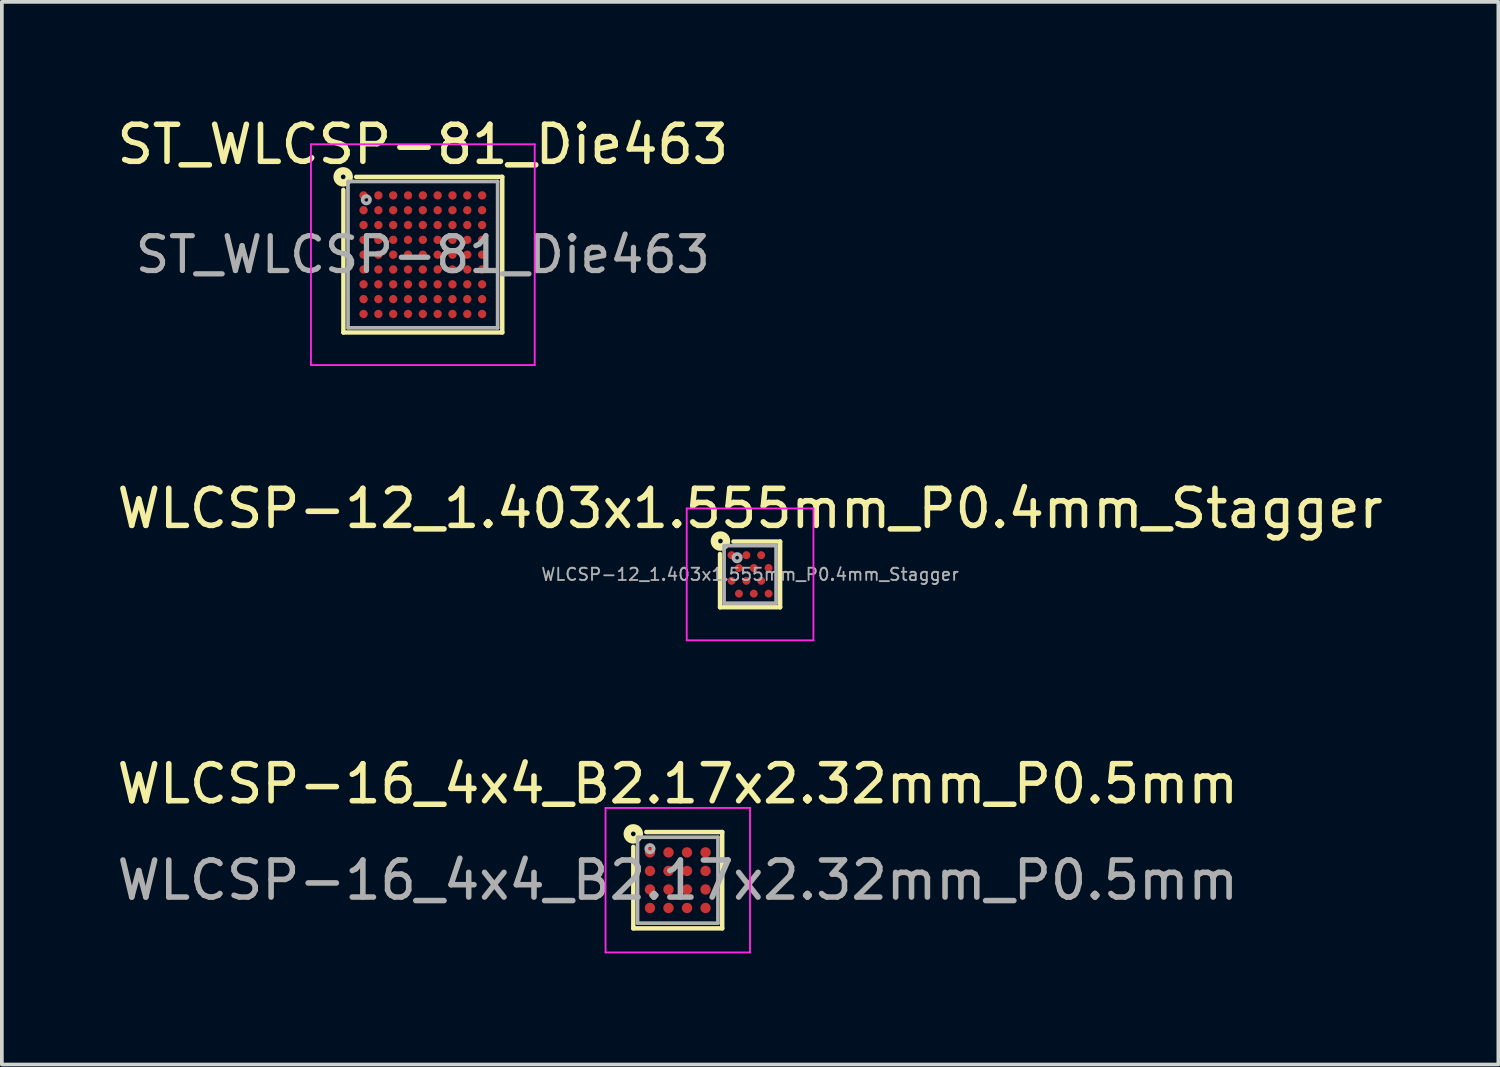
<source format=kicad_pcb>
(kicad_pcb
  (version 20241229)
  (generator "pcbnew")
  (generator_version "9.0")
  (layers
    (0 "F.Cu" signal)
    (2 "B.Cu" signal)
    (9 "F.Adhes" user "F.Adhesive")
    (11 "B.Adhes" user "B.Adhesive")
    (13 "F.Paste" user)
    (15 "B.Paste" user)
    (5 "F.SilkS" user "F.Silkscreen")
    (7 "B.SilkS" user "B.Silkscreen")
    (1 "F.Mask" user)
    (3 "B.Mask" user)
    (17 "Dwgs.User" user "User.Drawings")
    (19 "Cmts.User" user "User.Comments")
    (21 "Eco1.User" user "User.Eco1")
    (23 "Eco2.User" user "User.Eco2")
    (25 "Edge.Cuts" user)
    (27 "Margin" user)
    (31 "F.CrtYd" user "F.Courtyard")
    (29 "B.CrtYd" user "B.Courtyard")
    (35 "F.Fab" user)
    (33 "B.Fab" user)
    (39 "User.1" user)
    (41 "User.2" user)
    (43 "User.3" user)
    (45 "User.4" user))
  (footprint "WLCSP-16_4x4_B2.17x2.32mm_P0.5mm"
    (layer "F.Cu")
    (at 15.244 20.708)
    (property "Reference" "WLCSP-16_4x4_B2.17x2.32mm_P0.5mm" (at 0 -2.6 0) (layer "F.SilkS") (effects (font (size 1 1) (thickness 0.15))))
    (attr smd)
    (fp_line (start -1.2 1.3) (end -1.2 -0.9) (stroke (width 0.12) (type solid)) (layer "F.SilkS"))
    (fp_line (start -0.85 -1.3) (end 1.2 -1.3) (stroke (width 0.12) (type solid)) (layer "F.SilkS"))
    (fp_line (start 1.2 -1.3) (end 1.2 1.3) (stroke (width 0.12) (type solid)) (layer "F.SilkS"))
    (fp_line (start 1.2 1.3) (end -1.2 1.3) (stroke (width 0.12) (type solid)) (layer "F.SilkS"))
    (fp_circle (center -1.2 -1.25) (end -1.137 -1.25) (stroke (width 0.2) (type solid)) (fill no) (layer "F.SilkS"))
    (fp_line (start -1.95 -1.95) (end -1.95 1.95) (stroke (width 0.05) (type solid)) (layer "F.CrtYd"))
    (fp_line (start -1.95 -1.95) (end 1.95 -1.95) (stroke (width 0.05) (type solid)) (layer "F.CrtYd"))
    (fp_line (start 1.95 1.95) (end -1.95 1.95) (stroke (width 0.05) (type solid)) (layer "F.CrtYd"))
    (fp_line (start 1.95 1.95) (end 1.95 -1.95) (stroke (width 0.05) (type solid)) (layer "F.CrtYd"))
    (fp_line (start -1.085 1.16) (end -1.085 -1.15) (stroke (width 0.1) (type solid)) (layer "F.Fab"))
    (fp_line (start -1.08 -1.16) (end 1.085 -1.16) (stroke (width 0.1) (type solid)) (layer "F.Fab"))
    (fp_line (start 1.085 -1.16) (end 1.085 1.16) (stroke (width 0.1) (type solid)) (layer "F.Fab"))
    (fp_line (start 1.085 1.16) (end -1.085 1.16) (stroke (width 0.1) (type solid)) (layer "F.Fab"))
    (fp_circle (center -0.75 -0.85) (end -0.65 -0.85) (stroke (width 0.1) (type solid)) (fill no) (layer "F.Fab"))
    (fp_text user "${REFERENCE}" (at 0 0 0) (layer "F.Fab") (effects (font (size 1 1) (thickness 0.15))))
    (pad "A1" smd circle (at -0.75 -0.75) (size 0.28 0.28) (layers "F.Cu" "F.Mask" "F.Paste"))
    (pad "A2" smd circle (at -0.25 -0.75) (size 0.28 0.28) (layers "F.Cu" "F.Mask" "F.Paste"))
    (pad "A3" smd circle (at 0.25 -0.75) (size 0.28 0.28) (layers "F.Cu" "F.Mask" "F.Paste"))
    (pad "A4" smd circle (at 0.75 -0.75) (size 0.28 0.28) (layers "F.Cu" "F.Mask" "F.Paste"))
    (pad "B1" smd circle (at -0.75 -0.25) (size 0.28 0.28) (layers "F.Cu" "F.Mask" "F.Paste"))
    (pad "B2" smd circle (at -0.25 -0.25) (size 0.28 0.28) (layers "F.Cu" "F.Mask" "F.Paste"))
    (pad "B3" smd circle (at 0.25 -0.25) (size 0.28 0.28) (layers "F.Cu" "F.Mask" "F.Paste"))
    (pad "B4" smd circle (at 0.75 -0.25) (size 0.28 0.28) (layers "F.Cu" "F.Mask" "F.Paste"))
    (pad "C1" smd circle (at -0.75 0.25) (size 0.28 0.28) (layers "F.Cu" "F.Mask" "F.Paste"))
    (pad "C2" smd circle (at -0.25 0.25) (size 0.28 0.28) (layers "F.Cu" "F.Mask" "F.Paste"))
    (pad "C3" smd circle (at 0.25 0.25) (size 0.28 0.28) (layers "F.Cu" "F.Mask" "F.Paste"))
    (pad "C4" smd circle (at 0.75 0.25) (size 0.28 0.28) (layers "F.Cu" "F.Mask" "F.Paste"))
    (pad "D1" smd circle (at -0.75 0.75) (size 0.28 0.28) (layers "F.Cu" "F.Mask" "F.Paste"))
    (pad "D2" smd circle (at -0.25 0.75) (size 0.28 0.28) (layers "F.Cu" "F.Mask" "F.Paste"))
    (pad "D3" smd circle (at 0.25 0.75) (size 0.28 0.28) (layers "F.Cu" "F.Mask" "F.Paste"))
    (pad "D4" smd circle (at 0.75 0.75) (size 0.28 0.28) (layers "F.Cu" "F.Mask" "F.Paste")))
  (footprint "WLCSP-12_1.403x1.555mm_P0.4mm_Stagger"
    (layer "F.Cu")
    (at 17.196 12.454)
    (property "Reference" "WLCSP-12_1.403x1.555mm_P0.4mm_Stagger" (at 0 -1.778 0) (layer "F.SilkS") (effects (font (size 1 1) (thickness 0.15))))
    (attr smd)
    (fp_line (start -0.811 0.887) (end -0.811 -0.55) (stroke (width 0.12) (type solid)) (layer "F.SilkS"))
    (fp_line (start -0.45 -0.887) (end 0.811 -0.887) (stroke (width 0.12) (type solid)) (layer "F.SilkS"))
    (fp_line (start 0.811 -0.887) (end 0.811 0.887) (stroke (width 0.12) (type solid)) (layer "F.SilkS"))
    (fp_line (start 0.811 0.887) (end -0.811 0.887) (stroke (width 0.12) (type solid)) (layer "F.SilkS"))
    (fp_circle (center -0.8 -0.9) (end -0.737 -0.9) (stroke (width 0.2) (type solid)) (fill no) (layer "F.SilkS"))
    (fp_line (start -1.71 -1.78) (end -1.71 1.78) (stroke (width 0.05) (type solid)) (layer "F.CrtYd"))
    (fp_line (start -1.71 1.78) (end 1.71 1.78) (stroke (width 0.05) (type solid)) (layer "F.CrtYd"))
    (fp_line (start 1.71 -1.78) (end -1.71 -1.78) (stroke (width 0.05) (type solid)) (layer "F.CrtYd"))
    (fp_line (start 1.71 1.78) (end 1.71 -1.78) (stroke (width 0.05) (type solid)) (layer "F.CrtYd"))
    (fp_line (start -0.702 0.777) (end -0.702 -0.77) (stroke (width 0.1) (type solid)) (layer "F.Fab"))
    (fp_line (start -0.69 -0.777) (end 0.702 -0.777) (stroke (width 0.1) (type solid)) (layer "F.Fab"))
    (fp_line (start 0.702 -0.777) (end 0.702 0.777) (stroke (width 0.1) (type solid)) (layer "F.Fab"))
    (fp_line (start 0.702 0.777) (end -0.702 0.777) (stroke (width 0.1) (type solid)) (layer "F.Fab"))
    (fp_circle (center -0.35 -0.45) (end -0.25 -0.45) (stroke (width 0.1) (type solid)) (fill no) (layer "F.Fab"))
    (fp_text user "${REFERENCE}" (at 0 0 0) (layer "F.Fab") (effects (font (size 0.33 0.33) (thickness 0.05))))
    (pad "A1" smd circle (at -0.5 -0.519) (size 0.215 0.215) (layers "F.Cu" "F.Mask" "F.Paste"))
    (pad "A3" smd circle (at -0.1 -0.519) (size 0.215 0.215) (layers "F.Cu" "F.Mask" "F.Paste"))
    (pad "A5" smd circle (at 0.3 -0.519) (size 0.215 0.215) (layers "F.Cu" "F.Mask" "F.Paste"))
    (pad "B2" smd circle (at -0.3 -0.173) (size 0.215 0.215) (layers "F.Cu" "F.Mask" "F.Paste"))
    (pad "B4" smd circle (at 0.1 -0.173) (size 0.215 0.215) (layers "F.Cu" "F.Mask" "F.Paste"))
    (pad "B6" smd circle (at 0.5 -0.173) (size 0.215 0.215) (layers "F.Cu" "F.Mask" "F.Paste"))
    (pad "C1" smd circle (at -0.5 0.173) (size 0.215 0.215) (layers "F.Cu" "F.Mask" "F.Paste"))
    (pad "C3" smd circle (at -0.1 0.173) (size 0.215 0.215) (layers "F.Cu" "F.Mask" "F.Paste"))
    (pad "C5" smd circle (at 0.3 0.173) (size 0.215 0.215) (layers "F.Cu" "F.Mask" "F.Paste"))
    (pad "D2" smd circle (at -0.3 0.519) (size 0.215 0.215) (layers "F.Cu" "F.Mask" "F.Paste"))
    (pad "D4" smd circle (at 0.1 0.519) (size 0.215 0.215) (layers "F.Cu" "F.Mask" "F.Paste"))
    (pad "D6" smd circle (at 0.5 0.519) (size 0.215 0.215) (layers "F.Cu" "F.Mask" "F.Paste")))
  (footprint "ST_WLCSP-81_Die463"
    (layer "F.Cu")
    (at 8.363 3.824)
    (property "Reference" "ST_WLCSP-81_Die463" (at 0 -2.975 0) (layer "F.SilkS") (effects (font (size 1 1) (thickness 0.15))))
    (attr smd)
    (fp_line (start -2.144 2.1) (end -2.144 -1.75) (stroke (width 0.12) (type solid)) (layer "F.SilkS"))
    (fp_line (start -1.8 -2.1) (end 2.144 -2.1) (stroke (width 0.12) (type solid)) (layer "F.SilkS"))
    (fp_line (start 2.144 -2.1) (end 2.144 2.1) (stroke (width 0.12) (type solid)) (layer "F.SilkS"))
    (fp_line (start 2.144 2.1) (end -2.144 2.1) (stroke (width 0.12) (type solid)) (layer "F.SilkS"))
    (fp_circle (center -2.15 -2.1) (end -2.087 -2.1) (stroke (width 0.2) (type solid)) (fill no) (layer "F.SilkS"))
    (fp_line (start -3.02 -2.98) (end -3.02 2.98) (stroke (width 0.05) (type solid)) (layer "F.CrtYd"))
    (fp_line (start -3.02 2.98) (end 3.02 2.98) (stroke (width 0.05) (type solid)) (layer "F.CrtYd"))
    (fp_line (start 3.02 -2.98) (end -3.02 -2.98) (stroke (width 0.05) (type solid)) (layer "F.CrtYd"))
    (fp_line (start 3.02 2.98) (end 3.02 -2.98) (stroke (width 0.05) (type solid)) (layer "F.CrtYd"))
    (fp_line (start -2.019 1.976) (end -2.02 -1.97) (stroke (width 0.1) (type solid)) (layer "F.Fab"))
    (fp_line (start -2.01 -1.976) (end 2.019 -1.976) (stroke (width 0.1) (type solid)) (layer "F.Fab"))
    (fp_line (start 2.019 -1.976) (end 2.019 1.976) (stroke (width 0.1) (type solid)) (layer "F.Fab"))
    (fp_line (start 2.019 1.976) (end -2.019 1.976) (stroke (width 0.1) (type solid)) (layer "F.Fab"))
    (fp_circle (center -1.526 -1.482) (end -1.426 -1.482) (stroke (width 0.1) (type solid)) (fill no) (layer "F.Fab"))
    (fp_text user "${REFERENCE}" (at 0 0 0) (layer "F.Fab") (effects (font (size 0.94 0.94) (thickness 0.141))))
    (pad "A1" smd circle (at -1.6 -1.6) (size 0.225 0.225) (layers "F.Cu" "F.Mask" "F.Paste"))
    (pad "A2" smd circle (at -1.2 -1.6) (size 0.225 0.225) (layers "F.Cu" "F.Mask" "F.Paste"))
    (pad "A3" smd circle (at -0.8 -1.6) (size 0.225 0.225) (layers "F.Cu" "F.Mask" "F.Paste"))
    (pad "A4" smd circle (at -0.4 -1.6) (size 0.225 0.225) (layers "F.Cu" "F.Mask" "F.Paste"))
    (pad "A5" smd circle (at 0 -1.6) (size 0.225 0.225) (layers "F.Cu" "F.Mask" "F.Paste"))
    (pad "A6" smd circle (at 0.4 -1.6) (size 0.225 0.225) (layers "F.Cu" "F.Mask" "F.Paste"))
    (pad "A7" smd circle (at 0.8 -1.6) (size 0.225 0.225) (layers "F.Cu" "F.Mask" "F.Paste"))
    (pad "A8" smd circle (at 1.2 -1.6) (size 0.225 0.225) (layers "F.Cu" "F.Mask" "F.Paste"))
    (pad "A9" smd circle (at 1.6 -1.6) (size 0.225 0.225) (layers "F.Cu" "F.Mask" "F.Paste"))
    (pad "B1" smd circle (at -1.6 -1.2) (size 0.225 0.225) (layers "F.Cu" "F.Mask" "F.Paste"))
    (pad "B2" smd circle (at -1.2 -1.2) (size 0.225 0.225) (layers "F.Cu" "F.Mask" "F.Paste"))
    (pad "B3" smd circle (at -0.8 -1.2) (size 0.225 0.225) (layers "F.Cu" "F.Mask" "F.Paste"))
    (pad "B4" smd circle (at -0.4 -1.2) (size 0.225 0.225) (layers "F.Cu" "F.Mask" "F.Paste"))
    (pad "B5" smd circle (at 0 -1.2) (size 0.225 0.225) (layers "F.Cu" "F.Mask" "F.Paste"))
    (pad "B6" smd circle (at 0.4 -1.2) (size 0.225 0.225) (layers "F.Cu" "F.Mask" "F.Paste"))
    (pad "B7" smd circle (at 0.8 -1.2) (size 0.225 0.225) (layers "F.Cu" "F.Mask" "F.Paste"))
    (pad "B8" smd circle (at 1.2 -1.2) (size 0.225 0.225) (layers "F.Cu" "F.Mask" "F.Paste"))
    (pad "B9" smd circle (at 1.6 -1.2) (size 0.225 0.225) (layers "F.Cu" "F.Mask" "F.Paste"))
    (pad "C1" smd circle (at -1.6 -0.8) (size 0.225 0.225) (layers "F.Cu" "F.Mask" "F.Paste"))
    (pad "C2" smd circle (at -1.2 -0.8) (size 0.225 0.225) (layers "F.Cu" "F.Mask" "F.Paste"))
    (pad "C3" smd circle (at -0.8 -0.8) (size 0.225 0.225) (layers "F.Cu" "F.Mask" "F.Paste"))
    (pad "C4" smd circle (at -0.4 -0.8) (size 0.225 0.225) (layers "F.Cu" "F.Mask" "F.Paste"))
    (pad "C5" smd circle (at 0 -0.8) (size 0.225 0.225) (layers "F.Cu" "F.Mask" "F.Paste"))
    (pad "C6" smd circle (at 0.4 -0.8) (size 0.225 0.225) (layers "F.Cu" "F.Mask" "F.Paste"))
    (pad "C7" smd circle (at 0.8 -0.8) (size 0.225 0.225) (layers "F.Cu" "F.Mask" "F.Paste"))
    (pad "C8" smd circle (at 1.2 -0.8) (size 0.225 0.225) (layers "F.Cu" "F.Mask" "F.Paste"))
    (pad "C9" smd circle (at 1.6 -0.8) (size 0.225 0.225) (layers "F.Cu" "F.Mask" "F.Paste"))
    (pad "D1" smd circle (at -1.6 -0.4) (size 0.225 0.225) (layers "F.Cu" "F.Mask" "F.Paste"))
    (pad "D2" smd circle (at -1.2 -0.4) (size 0.225 0.225) (layers "F.Cu" "F.Mask" "F.Paste"))
    (pad "D3" smd circle (at -0.8 -0.4) (size 0.225 0.225) (layers "F.Cu" "F.Mask" "F.Paste"))
    (pad "D4" smd circle (at -0.4 -0.4) (size 0.225 0.225) (layers "F.Cu" "F.Mask" "F.Paste"))
    (pad "D5" smd circle (at 0 -0.4) (size 0.225 0.225) (layers "F.Cu" "F.Mask" "F.Paste"))
    (pad "D6" smd circle (at 0.4 -0.4) (size 0.225 0.225) (layers "F.Cu" "F.Mask" "F.Paste"))
    (pad "D7" smd circle (at 0.8 -0.4) (size 0.225 0.225) (layers "F.Cu" "F.Mask" "F.Paste"))
    (pad "D8" smd circle (at 1.2 -0.4) (size 0.225 0.225) (layers "F.Cu" "F.Mask" "F.Paste"))
    (pad "D9" smd circle (at 1.6 -0.4) (size 0.225 0.225) (layers "F.Cu" "F.Mask" "F.Paste"))
    (pad "E1" smd circle (at -1.6 0) (size 0.225 0.225) (layers "F.Cu" "F.Mask" "F.Paste"))
    (pad "E2" smd circle (at -1.2 0) (size 0.225 0.225) (layers "F.Cu" "F.Mask" "F.Paste"))
    (pad "E3" smd circle (at -0.8 0) (size 0.225 0.225) (layers "F.Cu" "F.Mask" "F.Paste"))
    (pad "E4" smd circle (at -0.4 0) (size 0.225 0.225) (layers "F.Cu" "F.Mask" "F.Paste"))
    (pad "E5" smd circle (at 0 0) (size 0.225 0.225) (layers "F.Cu" "F.Mask" "F.Paste"))
    (pad "E6" smd circle (at 0.4 0) (size 0.225 0.225) (layers "F.Cu" "F.Mask" "F.Paste"))
    (pad "E7" smd circle (at 0.8 0) (size 0.225 0.225) (layers "F.Cu" "F.Mask" "F.Paste"))
    (pad "E8" smd circle (at 1.2 0) (size 0.225 0.225) (layers "F.Cu" "F.Mask" "F.Paste"))
    (pad "E9" smd circle (at 1.6 0) (size 0.225 0.225) (layers "F.Cu" "F.Mask" "F.Paste"))
    (pad "F1" smd circle (at -1.6 0.4) (size 0.225 0.225) (layers "F.Cu" "F.Mask" "F.Paste"))
    (pad "F2" smd circle (at -1.2 0.4) (size 0.225 0.225) (layers "F.Cu" "F.Mask" "F.Paste"))
    (pad "F3" smd circle (at -0.8 0.4) (size 0.225 0.225) (layers "F.Cu" "F.Mask" "F.Paste"))
    (pad "F4" smd circle (at -0.4 0.4) (size 0.225 0.225) (layers "F.Cu" "F.Mask" "F.Paste"))
    (pad "F5" smd circle (at 0 0.4) (size 0.225 0.225) (layers "F.Cu" "F.Mask" "F.Paste"))
    (pad "F6" smd circle (at 0.4 0.4) (size 0.225 0.225) (layers "F.Cu" "F.Mask" "F.Paste"))
    (pad "F7" smd circle (at 0.8 0.4) (size 0.225 0.225) (layers "F.Cu" "F.Mask" "F.Paste"))
    (pad "F8" smd circle (at 1.2 0.4) (size 0.225 0.225) (layers "F.Cu" "F.Mask" "F.Paste"))
    (pad "F9" smd circle (at 1.6 0.4) (size 0.225 0.225) (layers "F.Cu" "F.Mask" "F.Paste"))
    (pad "G1" smd circle (at -1.6 0.8) (size 0.225 0.225) (layers "F.Cu" "F.Mask" "F.Paste"))
    (pad "G2" smd circle (at -1.2 0.8) (size 0.225 0.225) (layers "F.Cu" "F.Mask" "F.Paste"))
    (pad "G3" smd circle (at -0.8 0.8) (size 0.225 0.225) (layers "F.Cu" "F.Mask" "F.Paste"))
    (pad "G4" smd circle (at -0.4 0.8) (size 0.225 0.225) (layers "F.Cu" "F.Mask" "F.Paste"))
    (pad "G5" smd circle (at 0 0.8) (size 0.225 0.225) (layers "F.Cu" "F.Mask" "F.Paste"))
    (pad "G6" smd circle (at 0.4 0.8) (size 0.225 0.225) (layers "F.Cu" "F.Mask" "F.Paste"))
    (pad "G7" smd circle (at 0.8 0.8) (size 0.225 0.225) (layers "F.Cu" "F.Mask" "F.Paste"))
    (pad "G8" smd circle (at 1.2 0.8) (size 0.225 0.225) (layers "F.Cu" "F.Mask" "F.Paste"))
    (pad "G9" smd circle (at 1.6 0.8) (size 0.225 0.225) (layers "F.Cu" "F.Mask" "F.Paste"))
    (pad "H1" smd circle (at -1.6 1.2) (size 0.225 0.225) (layers "F.Cu" "F.Mask" "F.Paste"))
    (pad "H2" smd circle (at -1.2 1.2) (size 0.225 0.225) (layers "F.Cu" "F.Mask" "F.Paste"))
    (pad "H3" smd circle (at -0.8 1.2) (size 0.225 0.225) (layers "F.Cu" "F.Mask" "F.Paste"))
    (pad "H4" smd circle (at -0.4 1.2) (size 0.225 0.225) (layers "F.Cu" "F.Mask" "F.Paste"))
    (pad "H5" smd circle (at 0 1.2) (size 0.225 0.225) (layers "F.Cu" "F.Mask" "F.Paste"))
    (pad "H6" smd circle (at 0.4 1.2) (size 0.225 0.225) (layers "F.Cu" "F.Mask" "F.Paste"))
    (pad "H7" smd circle (at 0.8 1.2) (size 0.225 0.225) (layers "F.Cu" "F.Mask" "F.Paste"))
    (pad "H8" smd circle (at 1.2 1.2) (size 0.225 0.225) (layers "F.Cu" "F.Mask" "F.Paste"))
    (pad "H9" smd circle (at 1.6 1.2) (size 0.225 0.225) (layers "F.Cu" "F.Mask" "F.Paste"))
    (pad "J1" smd circle (at -1.6 1.6) (size 0.225 0.225) (layers "F.Cu" "F.Mask" "F.Paste"))
    (pad "J2" smd circle (at -1.2 1.6) (size 0.225 0.225) (layers "F.Cu" "F.Mask" "F.Paste"))
    (pad "J3" smd circle (at -0.8 1.6) (size 0.225 0.225) (layers "F.Cu" "F.Mask" "F.Paste"))
    (pad "J4" smd circle (at -0.4 1.6) (size 0.225 0.225) (layers "F.Cu" "F.Mask" "F.Paste"))
    (pad "J5" smd circle (at 0 1.6) (size 0.225 0.225) (layers "F.Cu" "F.Mask" "F.Paste"))
    (pad "J6" smd circle (at 0.4 1.6) (size 0.225 0.225) (layers "F.Cu" "F.Mask" "F.Paste"))
    (pad "J7" smd circle (at 0.8 1.6) (size 0.225 0.225) (layers "F.Cu" "F.Mask" "F.Paste"))
    (pad "J8" smd circle (at 1.2 1.6) (size 0.225 0.225) (layers "F.Cu" "F.Mask" "F.Paste"))
    (pad "J9" smd circle (at 1.6 1.6) (size 0.225 0.225) (layers "F.Cu" "F.Mask" "F.Paste")))
  (gr_rect
    (start -3 -3)
    (end 37.393 25.683)
    (stroke (width 0.1) (type default))
    (fill no)
    (layer "Edge.Cuts")))
</source>
